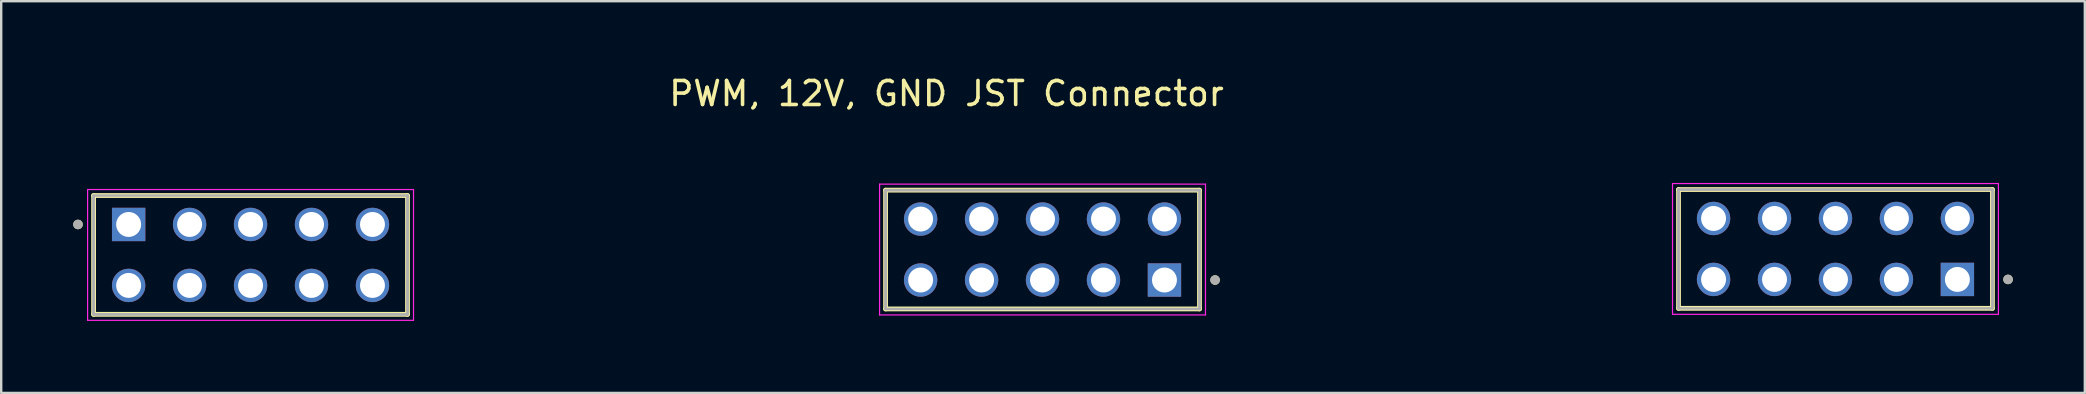
<source format=kicad_pcb>
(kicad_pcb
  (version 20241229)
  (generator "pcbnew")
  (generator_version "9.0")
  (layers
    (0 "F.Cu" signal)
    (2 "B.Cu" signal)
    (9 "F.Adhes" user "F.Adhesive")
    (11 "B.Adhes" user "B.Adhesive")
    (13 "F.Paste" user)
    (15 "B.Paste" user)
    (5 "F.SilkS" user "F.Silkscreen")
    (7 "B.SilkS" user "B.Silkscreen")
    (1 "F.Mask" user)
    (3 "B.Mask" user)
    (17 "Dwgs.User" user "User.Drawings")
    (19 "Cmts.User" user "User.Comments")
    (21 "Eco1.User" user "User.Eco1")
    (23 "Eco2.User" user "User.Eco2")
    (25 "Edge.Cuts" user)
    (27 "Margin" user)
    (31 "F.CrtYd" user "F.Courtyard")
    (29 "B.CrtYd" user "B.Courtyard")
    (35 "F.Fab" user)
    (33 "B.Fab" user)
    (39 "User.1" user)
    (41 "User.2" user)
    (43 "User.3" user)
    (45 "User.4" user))
  (footprint "PWM, 12V, GND JST Connector"
    (layer "F.Cu")
    (at 40.39 7.348)
    (property "Reference" "PWM, 12V, GND JST Connector" (at -4 -6.5 0) (layer "F.SilkS") (effects (font (size 1 1) (thickness 0.15))))
    (attr through_hole)
    (fp_line (start -39.54 -2.25) (end -26.46 -2.25) (stroke (width 0.2) (type solid)) (layer "F.SilkS"))
    (fp_line (start -39.54 2.7) (end -39.54 -2.25) (stroke (width 0.2) (type solid)) (layer "F.SilkS"))
    (fp_line (start -39.54 2.7) (end -26.46 2.7) (stroke (width 0.2) (type solid)) (layer "F.SilkS"))
    (fp_line (start -26.46 -2.25) (end -26.46 2.7) (stroke (width 0.2) (type solid)) (layer "F.SilkS"))
    (fp_line (start -6.54 2.475) (end -6.54 -2.475) (stroke (width 0.2) (type solid)) (layer "F.SilkS"))
    (fp_line (start 6.54 -2.475) (end -6.54 -2.475) (stroke (width 0.2) (type solid)) (layer "F.SilkS"))
    (fp_line (start 6.54 -2.475) (end 6.54 2.475) (stroke (width 0.2) (type solid)) (layer "F.SilkS"))
    (fp_line (start 6.54 2.475) (end -6.54 2.475) (stroke (width 0.2) (type solid)) (layer "F.SilkS"))
    (fp_line (start 26.5 2.45) (end 26.5 -2.5) (stroke (width 0.2) (type solid)) (layer "F.SilkS"))
    (fp_line (start 39.58 -2.5) (end 26.5 -2.5) (stroke (width 0.2) (type solid)) (layer "F.SilkS"))
    (fp_line (start 39.58 -2.5) (end 39.58 2.45) (stroke (width 0.2) (type solid)) (layer "F.SilkS"))
    (fp_line (start 39.58 2.45) (end 26.5 2.45) (stroke (width 0.2) (type solid)) (layer "F.SilkS"))
    (fp_circle (center -40.19 -1.045) (end -40.29 -1.045) (stroke (width 0.2) (type solid)) (fill no) (layer "F.SilkS"))
    (fp_circle (center 7.19 1.27) (end 7.29 1.27) (stroke (width 0.2) (type solid)) (fill no) (layer "F.SilkS"))
    (fp_circle (center 40.23 1.245) (end 40.33 1.245) (stroke (width 0.2) (type solid)) (fill no) (layer "F.SilkS"))
    (fp_line (start -39.79 -2.5) (end -26.21 -2.5) (stroke (width 0.05) (type solid)) (layer "F.CrtYd"))
    (fp_line (start -39.79 2.95) (end -39.79 -2.5) (stroke (width 0.05) (type solid)) (layer "F.CrtYd"))
    (fp_line (start -26.21 -2.5) (end -26.21 2.95) (stroke (width 0.05) (type default)) (layer "F.CrtYd"))
    (fp_line (start -26.21 2.95) (end -39.79 2.95) (stroke (width 0.05) (type solid)) (layer "F.CrtYd"))
    (fp_line (start -6.79 -2.725) (end 6.79 -2.725) (stroke (width 0.05) (type solid)) (layer "F.CrtYd"))
    (fp_line (start -6.79 2.725) (end -6.79 -2.725) (stroke (width 0.05) (type solid)) (layer "F.CrtYd"))
    (fp_line (start 6.79 -2.725) (end 6.79 2.725) (stroke (width 0.05) (type solid)) (layer "F.CrtYd"))
    (fp_line (start 6.79 2.725) (end -6.79 2.725) (stroke (width 0.05) (type solid)) (layer "F.CrtYd"))
    (fp_line (start 26.25 -2.75) (end 39.83 -2.75) (stroke (width 0.05) (type solid)) (layer "F.CrtYd"))
    (fp_line (start 26.25 2.7) (end 26.25 -2.75) (stroke (width 0.05) (type solid)) (layer "F.CrtYd"))
    (fp_line (start 39.83 -2.75) (end 39.83 2.7) (stroke (width 0.05) (type solid)) (layer "F.CrtYd"))
    (fp_line (start 39.83 2.7) (end 26.25 2.7) (stroke (width 0.05) (type solid)) (layer "F.CrtYd"))
    (fp_line (start -39.54 -2.25) (end -26.46 -2.25) (stroke (width 0.1) (type solid)) (layer "F.Fab"))
    (fp_line (start -39.54 2.7) (end -39.54 -2.25) (stroke (width 0.1) (type solid)) (layer "F.Fab"))
    (fp_line (start -39.54 2.7) (end -39.54 -2.25) (stroke (width 0.1) (type solid)) (layer "F.Fab"))
    (fp_line (start -26.46 -2.25) (end -26.46 2.7) (stroke (width 0.1) (type solid)) (layer "F.Fab"))
    (fp_line (start -26.46 -2.25) (end -26.46 2.7) (stroke (width 0.1) (type solid)) (layer "F.Fab"))
    (fp_line (start -26.46 2.7) (end -39.54 2.7) (stroke (width 0.1) (type solid)) (layer "F.Fab"))
    (fp_line (start -26.46 2.7) (end -39.54 2.7) (stroke (width 0.1) (type solid)) (layer "F.Fab"))
    (fp_line (start -6.54 -2.475) (end 6.54 -2.475) (stroke (width 0.1) (type solid)) (layer "F.Fab"))
    (fp_line (start -6.54 -2.475) (end 6.54 -2.475) (stroke (width 0.1) (type solid)) (layer "F.Fab"))
    (fp_line (start -6.54 2.475) (end -6.54 -2.475) (stroke (width 0.1) (type solid)) (layer "F.Fab"))
    (fp_line (start -6.54 2.475) (end -6.54 -2.475) (stroke (width 0.1) (type solid)) (layer "F.Fab"))
    (fp_line (start 6.54 -2.475) (end 6.54 2.475) (stroke (width 0.1) (type solid)) (layer "F.Fab"))
    (fp_line (start 6.54 -2.475) (end 6.54 2.475) (stroke (width 0.1) (type solid)) (layer "F.Fab"))
    (fp_line (start 6.54 2.475) (end -6.54 2.475) (stroke (width 0.1) (type solid)) (layer "F.Fab"))
    (fp_line (start 26.5 -2.5) (end 39.58 -2.5) (stroke (width 0.1) (type solid)) (layer "F.Fab"))
    (fp_line (start 26.5 -2.5) (end 39.58 -2.5) (stroke (width 0.1) (type solid)) (layer "F.Fab"))
    (fp_line (start 26.5 2.45) (end 26.5 -2.5) (stroke (width 0.1) (type solid)) (layer "F.Fab"))
    (fp_line (start 26.5 2.45) (end 26.5 -2.5) (stroke (width 0.1) (type solid)) (layer "F.Fab"))
    (fp_line (start 39.58 -2.5) (end 39.58 2.45) (stroke (width 0.1) (type solid)) (layer "F.Fab"))
    (fp_line (start 39.58 -2.5) (end 39.58 2.45) (stroke (width 0.1) (type solid)) (layer "F.Fab"))
    (fp_line (start 39.58 2.45) (end 26.5 2.45) (stroke (width 0.1) (type solid)) (layer "F.Fab"))
    (fp_circle (center -40.19 -1.045) (end -40.29 -1.045) (stroke (width 0.2) (type solid)) (fill no) (layer "F.Fab"))
    (fp_circle (center 7.19 1.27) (end 7.29 1.27) (stroke (width 0.2) (type solid)) (fill no) (layer "F.Fab"))
    (fp_circle (center 40.23 1.245) (end 40.33 1.245) (stroke (width 0.2) (type solid)) (fill no) (layer "F.Fab"))
    (pad "" thru_hole rect (at -38.08 -1.045 180) (size 1.39 1.39) (drill 1.04) (layers "*.Cu" "*.Mask"))
    (pad "01" thru_hole circle (at -5.08 -1.27) (size 1.39 1.39) (drill 1.04) (layers "*.Cu" "*.Mask"))
    (pad "01" thru_hole circle (at -5.08 1.27) (size 1.39 1.39) (drill 1.04) (layers "*.Cu" "*.Mask"))
    (pad "01" thru_hole circle (at -2.54 -1.27) (size 1.39 1.39) (drill 1.04) (layers "*.Cu" "*.Mask"))
    (pad "01" thru_hole circle (at -2.54 1.27) (size 1.39 1.39) (drill 1.04) (layers "*.Cu" "*.Mask"))
    (pad "01" thru_hole circle (at 0 -1.27) (size 1.39 1.39) (drill 1.04) (layers "*.Cu" "*.Mask"))
    (pad "01" thru_hole circle (at 0 1.27) (size 1.39 1.39) (drill 1.04) (layers "*.Cu" "*.Mask"))
    (pad "01" thru_hole circle (at 2.54 -1.27) (size 1.39 1.39) (drill 1.04) (layers "*.Cu" "*.Mask"))
    (pad "01" thru_hole circle (at 2.54 1.27) (size 1.39 1.39) (drill 1.04) (layers "*.Cu" "*.Mask"))
    (pad "01" thru_hole circle (at 5.08 -1.27) (size 1.39 1.39) (drill 1.04) (layers "*.Cu" "*.Mask"))
    (pad "01" thru_hole rect (at 5.08 1.27) (size 1.39 1.39) (drill 1.04) (layers "*.Cu" "*.Mask"))
    (pad "02" thru_hole circle (at -38.08 1.495 180) (size 1.39 1.39) (drill 1.04) (layers "*.Cu" "*.Mask"))
    (pad "03" thru_hole circle (at -35.54 -1.045 180) (size 1.39 1.39) (drill 1.04) (layers "*.Cu" "*.Mask"))
    (pad "03" thru_hole circle (at 27.96 -1.295) (size 1.39 1.39) (drill 1.04) (layers "*.Cu" "*.Mask"))
    (pad "03" thru_hole circle (at 27.96 1.245) (size 1.39 1.39) (drill 1.04) (layers "*.Cu" "*.Mask"))
    (pad "03" thru_hole circle (at 30.5 -1.295) (size 1.39 1.39) (drill 1.04) (layers "*.Cu" "*.Mask"))
    (pad "03" thru_hole circle (at 30.5 1.245) (size 1.39 1.39) (drill 1.04) (layers "*.Cu" "*.Mask"))
    (pad "03" thru_hole circle (at 33.04 -1.295) (size 1.39 1.39) (drill 1.04) (layers "*.Cu" "*.Mask"))
    (pad "03" thru_hole circle (at 33.04 1.245) (size 1.39 1.39) (drill 1.04) (layers "*.Cu" "*.Mask"))
    (pad "03" thru_hole circle (at 35.58 -1.295) (size 1.39 1.39) (drill 1.04) (layers "*.Cu" "*.Mask"))
    (pad "03" thru_hole circle (at 35.58 1.245) (size 1.39 1.39) (drill 1.04) (layers "*.Cu" "*.Mask"))
    (pad "03" thru_hole circle (at 38.12 -1.295) (size 1.39 1.39) (drill 1.04) (layers "*.Cu" "*.Mask"))
    (pad "03" thru_hole rect (at 38.12 1.245) (size 1.39 1.39) (drill 1.04) (layers "*.Cu" "*.Mask"))
    (pad "04" thru_hole circle (at -35.54 1.495 180) (size 1.39 1.39) (drill 1.04) (layers "*.Cu" "*.Mask"))
    (pad "05" thru_hole circle (at -33 -1.045 180) (size 1.39 1.39) (drill 1.04) (layers "*.Cu" "*.Mask"))
    (pad "06" thru_hole circle (at -33 1.495 180) (size 1.39 1.39) (drill 1.04) (layers "*.Cu" "*.Mask"))
    (pad "07" thru_hole circle (at -30.46 -1.045 180) (size 1.39 1.39) (drill 1.04) (layers "*.Cu" "*.Mask"))
    (pad "08" thru_hole circle (at -30.46 1.495 180) (size 1.39 1.39) (drill 1.04) (layers "*.Cu" "*.Mask"))
    (pad "09" thru_hole circle (at -27.92 -1.045 180) (size 1.39 1.39) (drill 1.04) (layers "*.Cu" "*.Mask"))
    (pad "10" thru_hole circle (at -27.92 1.495 180) (size 1.39 1.39) (drill 1.04) (layers "*.Cu" "*.Mask")))
  (gr_rect
    (start -3 -3)
    (end 83.82 13.323)
    (stroke (width 0.1) (type default))
    (fill no)
    (layer "Edge.Cuts")))
</source>
